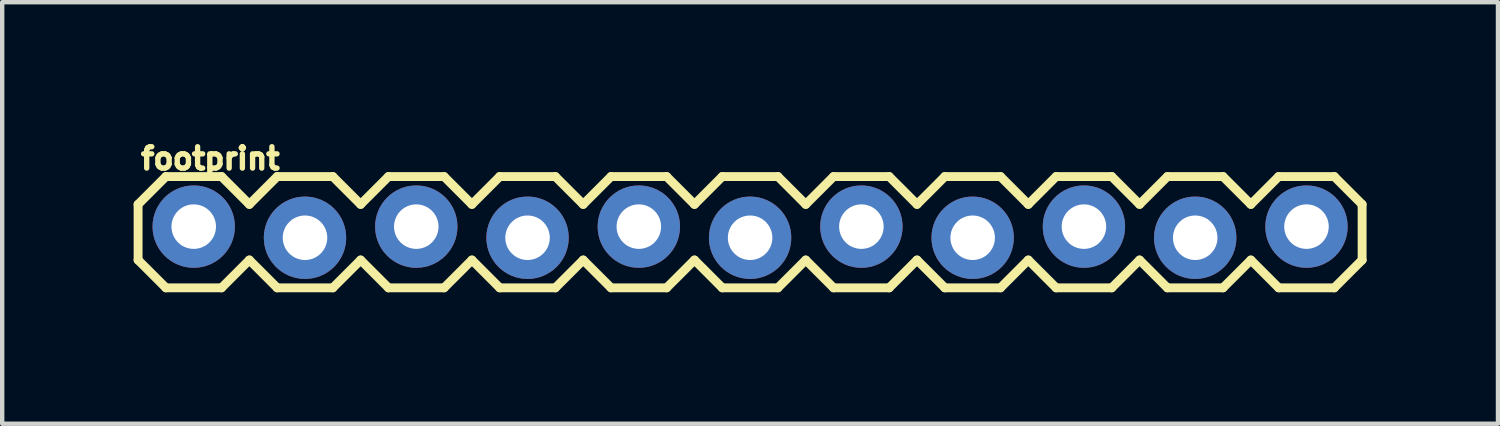
<source format=kicad_pcb>
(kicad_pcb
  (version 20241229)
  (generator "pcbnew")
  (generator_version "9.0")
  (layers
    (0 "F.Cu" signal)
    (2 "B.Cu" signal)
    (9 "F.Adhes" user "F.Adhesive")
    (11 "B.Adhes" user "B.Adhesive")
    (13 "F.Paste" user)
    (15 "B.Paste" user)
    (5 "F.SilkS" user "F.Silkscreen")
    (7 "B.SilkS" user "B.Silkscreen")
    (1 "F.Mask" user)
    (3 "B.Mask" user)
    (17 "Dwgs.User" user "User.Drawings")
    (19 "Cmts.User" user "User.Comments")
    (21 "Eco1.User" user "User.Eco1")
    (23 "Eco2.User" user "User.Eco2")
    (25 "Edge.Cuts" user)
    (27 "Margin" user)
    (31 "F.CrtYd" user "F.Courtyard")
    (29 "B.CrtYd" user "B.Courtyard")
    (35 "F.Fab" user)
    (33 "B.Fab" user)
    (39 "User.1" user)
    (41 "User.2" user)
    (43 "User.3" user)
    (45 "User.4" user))
  (footprint "footprint"
    (layer "F.Cu")
    (at 1.372 2.25)
    (property "Reference" "footprint" (at -1.27 -1.397 0) (layer "F.SilkS") (effects (font (size 0.488 0.488) (thickness 0.122)) (justify left bottom)))
    (fp_line (start -1.27 -0.635) (end -1.27 0.635) (stroke (width 0.203) (type solid)) (layer "F.SilkS"))
    (fp_line (start -1.27 0.635) (end -0.635 1.27) (stroke (width 0.203) (type solid)) (layer "F.SilkS"))
    (fp_line (start -0.635 -1.27) (end -1.27 -0.635) (stroke (width 0.203) (type solid)) (layer "F.SilkS"))
    (fp_line (start -0.635 -1.27) (end 0.635 -1.27) (stroke (width 0.203) (type solid)) (layer "F.SilkS"))
    (fp_line (start 0.635 -1.27) (end 1.27 -0.635) (stroke (width 0.203) (type solid)) (layer "F.SilkS"))
    (fp_line (start 0.635 1.27) (end -0.635 1.27) (stroke (width 0.203) (type solid)) (layer "F.SilkS"))
    (fp_line (start 1.27 -0.635) (end 1.905 -1.27) (stroke (width 0.203) (type solid)) (layer "F.SilkS"))
    (fp_line (start 1.27 0.635) (end 0.635 1.27) (stroke (width 0.203) (type solid)) (layer "F.SilkS"))
    (fp_line (start 1.905 -1.27) (end 3.175 -1.27) (stroke (width 0.203) (type solid)) (layer "F.SilkS"))
    (fp_line (start 1.905 1.27) (end 1.27 0.635) (stroke (width 0.203) (type solid)) (layer "F.SilkS"))
    (fp_line (start 3.175 -1.27) (end 3.81 -0.635) (stroke (width 0.203) (type solid)) (layer "F.SilkS"))
    (fp_line (start 3.175 1.27) (end 1.905 1.27) (stroke (width 0.203) (type solid)) (layer "F.SilkS"))
    (fp_line (start 3.81 -0.635) (end 4.445 -1.27) (stroke (width 0.203) (type solid)) (layer "F.SilkS"))
    (fp_line (start 3.81 0.635) (end 3.175 1.27) (stroke (width 0.203) (type solid)) (layer "F.SilkS"))
    (fp_line (start 4.445 -1.27) (end 5.715 -1.27) (stroke (width 0.203) (type solid)) (layer "F.SilkS"))
    (fp_line (start 4.445 1.27) (end 3.81 0.635) (stroke (width 0.203) (type solid)) (layer "F.SilkS"))
    (fp_line (start 5.715 -1.27) (end 6.35 -0.635) (stroke (width 0.203) (type solid)) (layer "F.SilkS"))
    (fp_line (start 5.715 1.27) (end 4.445 1.27) (stroke (width 0.203) (type solid)) (layer "F.SilkS"))
    (fp_line (start 6.35 0.635) (end 5.715 1.27) (stroke (width 0.203) (type solid)) (layer "F.SilkS"))
    (fp_line (start 6.35 0.635) (end 6.985 1.27) (stroke (width 0.203) (type solid)) (layer "F.SilkS"))
    (fp_line (start 6.985 -1.27) (end 6.35 -0.635) (stroke (width 0.203) (type solid)) (layer "F.SilkS"))
    (fp_line (start 6.985 -1.27) (end 8.255 -1.27) (stroke (width 0.203) (type solid)) (layer "F.SilkS"))
    (fp_line (start 8.255 -1.27) (end 8.89 -0.635) (stroke (width 0.203) (type solid)) (layer "F.SilkS"))
    (fp_line (start 8.255 1.27) (end 6.985 1.27) (stroke (width 0.203) (type solid)) (layer "F.SilkS"))
    (fp_line (start 8.89 -0.635) (end 9.525 -1.27) (stroke (width 0.203) (type solid)) (layer "F.SilkS"))
    (fp_line (start 8.89 0.635) (end 8.255 1.27) (stroke (width 0.203) (type solid)) (layer "F.SilkS"))
    (fp_line (start 9.525 -1.27) (end 10.795 -1.27) (stroke (width 0.203) (type solid)) (layer "F.SilkS"))
    (fp_line (start 9.525 1.27) (end 8.89 0.635) (stroke (width 0.203) (type solid)) (layer "F.SilkS"))
    (fp_line (start 10.795 -1.27) (end 11.43 -0.635) (stroke (width 0.203) (type solid)) (layer "F.SilkS"))
    (fp_line (start 10.795 1.27) (end 9.525 1.27) (stroke (width 0.203) (type solid)) (layer "F.SilkS"))
    (fp_line (start 11.43 -0.635) (end 12.065 -1.27) (stroke (width 0.203) (type solid)) (layer "F.SilkS"))
    (fp_line (start 11.43 0.635) (end 10.795 1.27) (stroke (width 0.203) (type solid)) (layer "F.SilkS"))
    (fp_line (start 12.065 -1.27) (end 13.335 -1.27) (stroke (width 0.203) (type solid)) (layer "F.SilkS"))
    (fp_line (start 12.065 1.27) (end 11.43 0.635) (stroke (width 0.203) (type solid)) (layer "F.SilkS"))
    (fp_line (start 13.335 -1.27) (end 13.97 -0.635) (stroke (width 0.203) (type solid)) (layer "F.SilkS"))
    (fp_line (start 13.335 1.27) (end 12.065 1.27) (stroke (width 0.203) (type solid)) (layer "F.SilkS"))
    (fp_line (start 13.97 0.635) (end 13.335 1.27) (stroke (width 0.203) (type solid)) (layer "F.SilkS"))
    (fp_line (start 13.97 0.635) (end 14.605 1.27) (stroke (width 0.203) (type solid)) (layer "F.SilkS"))
    (fp_line (start 14.605 -1.27) (end 13.97 -0.635) (stroke (width 0.203) (type solid)) (layer "F.SilkS"))
    (fp_line (start 14.605 -1.27) (end 15.875 -1.27) (stroke (width 0.203) (type solid)) (layer "F.SilkS"))
    (fp_line (start 15.875 -1.27) (end 16.51 -0.635) (stroke (width 0.203) (type solid)) (layer "F.SilkS"))
    (fp_line (start 15.875 1.27) (end 14.605 1.27) (stroke (width 0.203) (type solid)) (layer "F.SilkS"))
    (fp_line (start 16.51 0.635) (end 15.875 1.27) (stroke (width 0.203) (type solid)) (layer "F.SilkS"))
    (fp_line (start 16.51 0.635) (end 17.145 1.27) (stroke (width 0.203) (type solid)) (layer "F.SilkS"))
    (fp_line (start 17.145 -1.27) (end 16.51 -0.635) (stroke (width 0.203) (type solid)) (layer "F.SilkS"))
    (fp_line (start 17.145 -1.27) (end 18.415 -1.27) (stroke (width 0.203) (type solid)) (layer "F.SilkS"))
    (fp_line (start 18.415 -1.27) (end 19.05 -0.635) (stroke (width 0.203) (type solid)) (layer "F.SilkS"))
    (fp_line (start 18.415 1.27) (end 17.145 1.27) (stroke (width 0.203) (type solid)) (layer "F.SilkS"))
    (fp_line (start 19.05 0.635) (end 18.415 1.27) (stroke (width 0.203) (type solid)) (layer "F.SilkS"))
    (fp_line (start 19.05 0.635) (end 19.685 1.27) (stroke (width 0.203) (type solid)) (layer "F.SilkS"))
    (fp_line (start 19.685 -1.27) (end 19.05 -0.635) (stroke (width 0.203) (type solid)) (layer "F.SilkS"))
    (fp_line (start 19.685 -1.27) (end 20.955 -1.27) (stroke (width 0.203) (type solid)) (layer "F.SilkS"))
    (fp_line (start 20.955 -1.27) (end 21.59 -0.635) (stroke (width 0.203) (type solid)) (layer "F.SilkS"))
    (fp_line (start 20.955 1.27) (end 19.685 1.27) (stroke (width 0.203) (type solid)) (layer "F.SilkS"))
    (fp_line (start 21.59 0.635) (end 20.955 1.27) (stroke (width 0.203) (type solid)) (layer "F.SilkS"))
    (fp_line (start 21.59 0.635) (end 22.225 1.27) (stroke (width 0.203) (type solid)) (layer "F.SilkS"))
    (fp_line (start 22.225 -1.27) (end 21.59 -0.635) (stroke (width 0.203) (type solid)) (layer "F.SilkS"))
    (fp_line (start 22.225 -1.27) (end 23.495 -1.27) (stroke (width 0.203) (type solid)) (layer "F.SilkS"))
    (fp_line (start 23.495 -1.27) (end 24.13 -0.635) (stroke (width 0.203) (type solid)) (layer "F.SilkS"))
    (fp_line (start 23.495 1.27) (end 22.225 1.27) (stroke (width 0.203) (type solid)) (layer "F.SilkS"))
    (fp_line (start 24.13 0.635) (end 23.495 1.27) (stroke (width 0.203) (type solid)) (layer "F.SilkS"))
    (fp_line (start 24.13 0.635) (end 24.765 1.27) (stroke (width 0.203) (type solid)) (layer "F.SilkS"))
    (fp_line (start 24.765 -1.27) (end 24.13 -0.635) (stroke (width 0.203) (type solid)) (layer "F.SilkS"))
    (fp_line (start 24.765 -1.27) (end 26.035 -1.27) (stroke (width 0.203) (type solid)) (layer "F.SilkS"))
    (fp_line (start 26.035 -1.27) (end 26.67 -0.635) (stroke (width 0.203) (type solid)) (layer "F.SilkS"))
    (fp_line (start 26.035 1.27) (end 24.765 1.27) (stroke (width 0.203) (type solid)) (layer "F.SilkS"))
    (fp_line (start 26.67 -0.635) (end 26.67 0.635) (stroke (width 0.203) (type solid)) (layer "F.SilkS"))
    (fp_line (start 26.67 0.635) (end 26.035 1.27) (stroke (width 0.203) (type solid)) (layer "F.SilkS"))
    (fp_poly (pts (xy -0.254 0.254) (xy 0.254 0.254) (xy 0.254 -0.254) (xy -0.254 -0.254)) (stroke (width 0.1) (type solid)) (fill no) (layer "F.Fab"))
    (fp_poly (pts (xy 2.286 0.254) (xy 2.794 0.254) (xy 2.794 -0.254) (xy 2.286 -0.254)) (stroke (width 0.1) (type solid)) (fill no) (layer "F.Fab"))
    (fp_poly (pts (xy 4.826 0.254) (xy 5.334 0.254) (xy 5.334 -0.254) (xy 4.826 -0.254)) (stroke (width 0.1) (type solid)) (fill no) (layer "F.Fab"))
    (fp_poly (pts (xy 7.366 0.254) (xy 7.874 0.254) (xy 7.874 -0.254) (xy 7.366 -0.254)) (stroke (width 0.1) (type solid)) (fill no) (layer "F.Fab"))
    (fp_poly (pts (xy 9.906 0.254) (xy 10.414 0.254) (xy 10.414 -0.254) (xy 9.906 -0.254)) (stroke (width 0.1) (type solid)) (fill no) (layer "F.Fab"))
    (fp_poly (pts (xy 12.446 0.254) (xy 12.954 0.254) (xy 12.954 -0.254) (xy 12.446 -0.254)) (stroke (width 0.1) (type solid)) (fill no) (layer "F.Fab"))
    (fp_poly (pts (xy 14.986 0.254) (xy 15.494 0.254) (xy 15.494 -0.254) (xy 14.986 -0.254)) (stroke (width 0.1) (type solid)) (fill no) (layer "F.Fab"))
    (fp_poly (pts (xy 17.526 0.254) (xy 18.034 0.254) (xy 18.034 -0.254) (xy 17.526 -0.254)) (stroke (width 0.1) (type solid)) (fill no) (layer "F.Fab"))
    (fp_poly (pts (xy 20.066 0.254) (xy 20.574 0.254) (xy 20.574 -0.254) (xy 20.066 -0.254)) (stroke (width 0.1) (type solid)) (fill no) (layer "F.Fab"))
    (fp_poly (pts (xy 22.606 0.254) (xy 23.114 0.254) (xy 23.114 -0.254) (xy 22.606 -0.254)) (stroke (width 0.1) (type solid)) (fill no) (layer "F.Fab"))
    (fp_poly (pts (xy 25.146 0.254) (xy 25.654 0.254) (xy 25.654 -0.254) (xy 25.146 -0.254)) (stroke (width 0.1) (type solid)) (fill no) (layer "F.Fab"))
    (pad "1" thru_hole circle (at 0 -0.127 90) (size 1.88 1.88) (drill 1.016) (layers "*.Cu" "*.Mask"))
    (pad "2" thru_hole circle (at 2.54 0.127 90) (size 1.88 1.88) (drill 1.016) (layers "*.Cu" "*.Mask"))
    (pad "3" thru_hole circle (at 5.08 -0.127 90) (size 1.88 1.88) (drill 1.016) (layers "*.Cu" "*.Mask"))
    (pad "4" thru_hole circle (at 7.62 0.127 90) (size 1.88 1.88) (drill 1.016) (layers "*.Cu" "*.Mask"))
    (pad "5" thru_hole circle (at 10.16 -0.127 90) (size 1.88 1.88) (drill 1.016) (layers "*.Cu" "*.Mask"))
    (pad "6" thru_hole circle (at 12.7 0.127 90) (size 1.88 1.88) (drill 1.016) (layers "*.Cu" "*.Mask"))
    (pad "7" thru_hole circle (at 15.24 -0.127 90) (size 1.88 1.88) (drill 1.016) (layers "*.Cu" "*.Mask"))
    (pad "8" thru_hole circle (at 17.78 0.127 90) (size 1.88 1.88) (drill 1.016) (layers "*.Cu" "*.Mask"))
    (pad "9" thru_hole circle (at 20.32 -0.127 90) (size 1.88 1.88) (drill 1.016) (layers "*.Cu" "*.Mask"))
    (pad "10" thru_hole circle (at 22.86 0.127 90) (size 1.88 1.88) (drill 1.016) (layers "*.Cu" "*.Mask"))
    (pad "11" thru_hole circle (at 25.4 -0.127 90) (size 1.88 1.88) (drill 1.016) (layers "*.Cu" "*.Mask")))
  (gr_rect
    (start -3 -3)
    (end 31.143 6.622)
    (stroke (width 0.1) (type default))
    (fill no)
    (layer "Edge.Cuts")))
</source>
